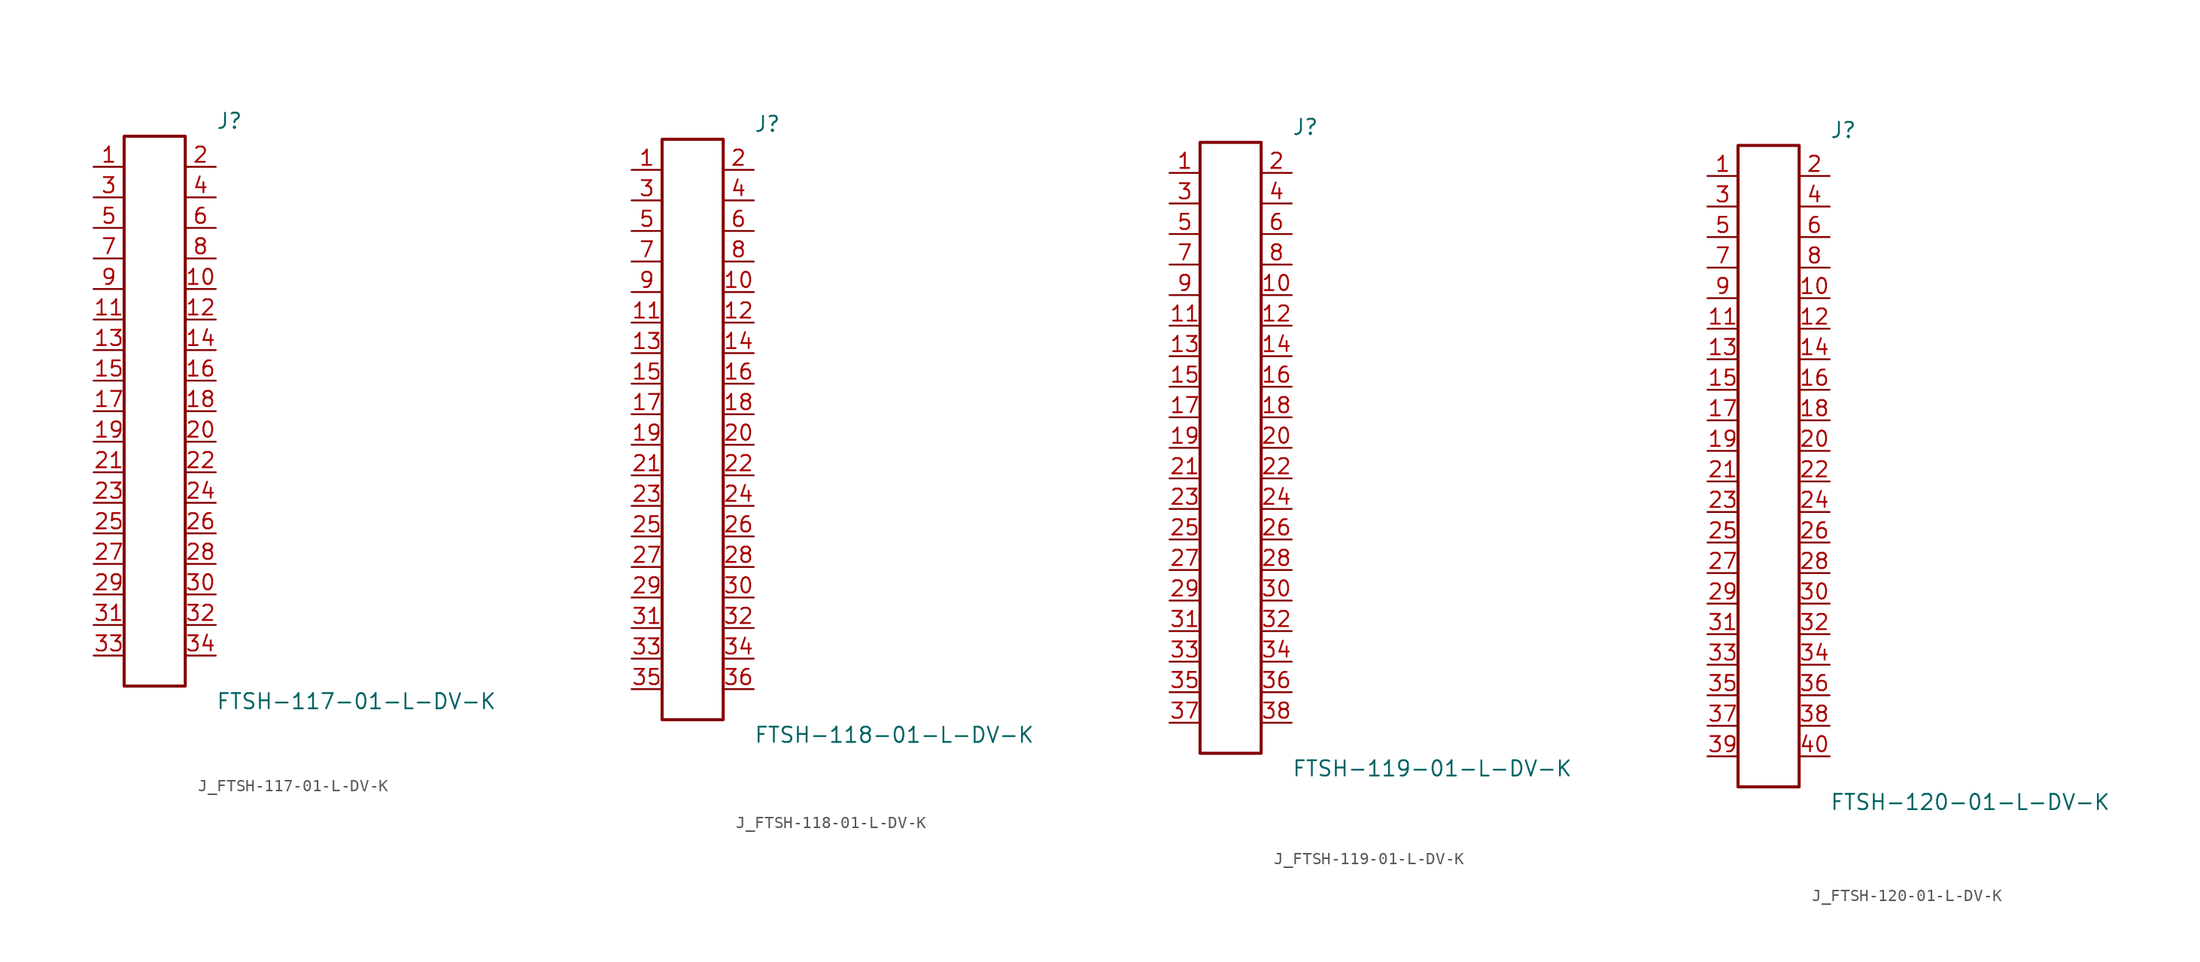
<source format=kicad_sym>
(kicad_symbol_lib
  (version 20231120)
  (generator kicad_symbol_editor)
  (generator_version 8.0)
  (symbol "J_FTSH-117-01-L-DV-K"
    (pin_names
      (offset 0.254))
    (property "Reference" "J"
      (at 5.08 24.13 0)
      (effects (font (size 1.27 1.27)) (justify left)))
    (property "Value" "FTSH-117-01-L-DV-K"
      (at 5.08 -24.13 0)
      (effects (font (size 1.27 1.27)) (justify left)))
    (symbol "J_FTSH-117-01-L-DV-K_0_0"
      (pin passive line (at -5.08 20.32 0) (length 2.54) (name "" (effects (font (size 1.27 1.27)))) (number "1" (effects (font (size 1.27 1.27)))))
      (pin passive line (at 5.08 20.32 180) (length 2.54) (name "" (effects (font (size 1.27 1.27)))) (number "2" (effects (font (size 1.27 1.27)))))
      (pin passive line (at -5.08 17.78 0) (length 2.54) (name "" (effects (font (size 1.27 1.27)))) (number "3" (effects (font (size 1.27 1.27)))))
      (pin passive line (at 5.08 17.78 180) (length 2.54) (name "" (effects (font (size 1.27 1.27)))) (number "4" (effects (font (size 1.27 1.27)))))
      (pin passive line (at -5.08 15.24 0) (length 2.54) (name "" (effects (font (size 1.27 1.27)))) (number "5" (effects (font (size 1.27 1.27)))))
      (pin passive line (at 5.08 15.24 180) (length 2.54) (name "" (effects (font (size 1.27 1.27)))) (number "6" (effects (font (size 1.27 1.27)))))
      (pin passive line (at -5.08 12.7 0) (length 2.54) (name "" (effects (font (size 1.27 1.27)))) (number "7" (effects (font (size 1.27 1.27)))))
      (pin passive line (at 5.08 12.7 180) (length 2.54) (name "" (effects (font (size 1.27 1.27)))) (number "8" (effects (font (size 1.27 1.27)))))
      (pin passive line (at -5.08 10.16 0) (length 2.54) (name "" (effects (font (size 1.27 1.27)))) (number "9" (effects (font (size 1.27 1.27)))))
      (pin passive line (at 5.08 10.16 180) (length 2.54) (name "" (effects (font (size 1.27 1.27)))) (number "10" (effects (font (size 1.27 1.27)))))
      (pin passive line (at -5.08 7.62 0) (length 2.54) (name "" (effects (font (size 1.27 1.27)))) (number "11" (effects (font (size 1.27 1.27)))))
      (pin passive line (at 5.08 7.62 180) (length 2.54) (name "" (effects (font (size 1.27 1.27)))) (number "12" (effects (font (size 1.27 1.27)))))
      (pin passive line (at -5.08 5.08 0) (length 2.54) (name "" (effects (font (size 1.27 1.27)))) (number "13" (effects (font (size 1.27 1.27)))))
      (pin passive line (at 5.08 5.08 180) (length 2.54) (name "" (effects (font (size 1.27 1.27)))) (number "14" (effects (font (size 1.27 1.27)))))
      (pin passive line (at -5.08 2.54 0) (length 2.54) (name "" (effects (font (size 1.27 1.27)))) (number "15" (effects (font (size 1.27 1.27)))))
      (pin passive line (at 5.08 2.54 180) (length 2.54) (name "" (effects (font (size 1.27 1.27)))) (number "16" (effects (font (size 1.27 1.27)))))
      (pin passive line (at -5.08 0.0 0) (length 2.54) (name "" (effects (font (size 1.27 1.27)))) (number "17" (effects (font (size 1.27 1.27)))))
      (pin passive line (at 5.08 0.0 180) (length 2.54) (name "" (effects (font (size 1.27 1.27)))) (number "18" (effects (font (size 1.27 1.27)))))
      (pin passive line (at -5.08 -2.54 0) (length 2.54) (name "" (effects (font (size 1.27 1.27)))) (number "19" (effects (font (size 1.27 1.27)))))
      (pin passive line (at 5.08 -2.54 180) (length 2.54) (name "" (effects (font (size 1.27 1.27)))) (number "20" (effects (font (size 1.27 1.27)))))
      (pin passive line (at -5.08 -5.08 0) (length 2.54) (name "" (effects (font (size 1.27 1.27)))) (number "21" (effects (font (size 1.27 1.27)))))
      (pin passive line (at 5.08 -5.08 180) (length 2.54) (name "" (effects (font (size 1.27 1.27)))) (number "22" (effects (font (size 1.27 1.27)))))
      (pin passive line (at -5.08 -7.62 0) (length 2.54) (name "" (effects (font (size 1.27 1.27)))) (number "23" (effects (font (size 1.27 1.27)))))
      (pin passive line (at 5.08 -7.62 180) (length 2.54) (name "" (effects (font (size 1.27 1.27)))) (number "24" (effects (font (size 1.27 1.27)))))
      (pin passive line (at -5.08 -10.16 0) (length 2.54) (name "" (effects (font (size 1.27 1.27)))) (number "25" (effects (font (size 1.27 1.27)))))
      (pin passive line (at 5.08 -10.16 180) (length 2.54) (name "" (effects (font (size 1.27 1.27)))) (number "26" (effects (font (size 1.27 1.27)))))
      (pin passive line (at -5.08 -12.7 0) (length 2.54) (name "" (effects (font (size 1.27 1.27)))) (number "27" (effects (font (size 1.27 1.27)))))
      (pin passive line (at 5.08 -12.7 180) (length 2.54) (name "" (effects (font (size 1.27 1.27)))) (number "28" (effects (font (size 1.27 1.27)))))
      (pin passive line (at -5.08 -15.24 0) (length 2.54) (name "" (effects (font (size 1.27 1.27)))) (number "29" (effects (font (size 1.27 1.27)))))
      (pin passive line (at 5.08 -15.24 180) (length 2.54) (name "" (effects (font (size 1.27 1.27)))) (number "30" (effects (font (size 1.27 1.27)))))
      (pin passive line (at -5.08 -17.78 0) (length 2.54) (name "" (effects (font (size 1.27 1.27)))) (number "31" (effects (font (size 1.27 1.27)))))
      (pin passive line (at 5.08 -17.78 180) (length 2.54) (name "" (effects (font (size 1.27 1.27)))) (number "32" (effects (font (size 1.27 1.27)))))
      (pin passive line (at -5.08 -20.32 0) (length 2.54) (name "" (effects (font (size 1.27 1.27)))) (number "33" (effects (font (size 1.27 1.27)))))
      (pin passive line (at 5.08 -20.32 180) (length 2.54) (name "" (effects (font (size 1.27 1.27)))) (number "34" (effects (font (size 1.27 1.27))))))
    (symbol "J_FTSH-117-01-L-DV-K_1_0"
      (rectangle (start -2.54 22.86) (end 2.54 -22.86) (stroke (width 0.254) (type solid)) (fill (type none)))))
  (symbol "J_FTSH-118-01-L-DV-K"
    (pin_names
      (offset 0.254))
    (property "Reference" "J"
      (at 5.08 25.4 0)
      (effects (font (size 1.27 1.27)) (justify left)))
    (property "Value" "FTSH-118-01-L-DV-K"
      (at 5.08 -25.4 0)
      (effects (font (size 1.27 1.27)) (justify left)))
    (symbol "J_FTSH-118-01-L-DV-K_0_0"
      (pin passive line (at -5.08 21.59 0) (length 2.54) (name "" (effects (font (size 1.27 1.27)))) (number "1" (effects (font (size 1.27 1.27)))))
      (pin passive line (at 5.08 21.59 180) (length 2.54) (name "" (effects (font (size 1.27 1.27)))) (number "2" (effects (font (size 1.27 1.27)))))
      (pin passive line (at -5.08 19.05 0) (length 2.54) (name "" (effects (font (size 1.27 1.27)))) (number "3" (effects (font (size 1.27 1.27)))))
      (pin passive line (at 5.08 19.05 180) (length 2.54) (name "" (effects (font (size 1.27 1.27)))) (number "4" (effects (font (size 1.27 1.27)))))
      (pin passive line (at -5.08 16.51 0) (length 2.54) (name "" (effects (font (size 1.27 1.27)))) (number "5" (effects (font (size 1.27 1.27)))))
      (pin passive line (at 5.08 16.51 180) (length 2.54) (name "" (effects (font (size 1.27 1.27)))) (number "6" (effects (font (size 1.27 1.27)))))
      (pin passive line (at -5.08 13.97 0) (length 2.54) (name "" (effects (font (size 1.27 1.27)))) (number "7" (effects (font (size 1.27 1.27)))))
      (pin passive line (at 5.08 13.97 180) (length 2.54) (name "" (effects (font (size 1.27 1.27)))) (number "8" (effects (font (size 1.27 1.27)))))
      (pin passive line (at -5.08 11.43 0) (length 2.54) (name "" (effects (font (size 1.27 1.27)))) (number "9" (effects (font (size 1.27 1.27)))))
      (pin passive line (at 5.08 11.43 180) (length 2.54) (name "" (effects (font (size 1.27 1.27)))) (number "10" (effects (font (size 1.27 1.27)))))
      (pin passive line (at -5.08 8.89 0) (length 2.54) (name "" (effects (font (size 1.27 1.27)))) (number "11" (effects (font (size 1.27 1.27)))))
      (pin passive line (at 5.08 8.89 180) (length 2.54) (name "" (effects (font (size 1.27 1.27)))) (number "12" (effects (font (size 1.27 1.27)))))
      (pin passive line (at -5.08 6.35 0) (length 2.54) (name "" (effects (font (size 1.27 1.27)))) (number "13" (effects (font (size 1.27 1.27)))))
      (pin passive line (at 5.08 6.35 180) (length 2.54) (name "" (effects (font (size 1.27 1.27)))) (number "14" (effects (font (size 1.27 1.27)))))
      (pin passive line (at -5.08 3.81 0) (length 2.54) (name "" (effects (font (size 1.27 1.27)))) (number "15" (effects (font (size 1.27 1.27)))))
      (pin passive line (at 5.08 3.81 180) (length 2.54) (name "" (effects (font (size 1.27 1.27)))) (number "16" (effects (font (size 1.27 1.27)))))
      (pin passive line (at -5.08 1.27 0) (length 2.54) (name "" (effects (font (size 1.27 1.27)))) (number "17" (effects (font (size 1.27 1.27)))))
      (pin passive line (at 5.08 1.27 180) (length 2.54) (name "" (effects (font (size 1.27 1.27)))) (number "18" (effects (font (size 1.27 1.27)))))
      (pin passive line (at -5.08 -1.27 0) (length 2.54) (name "" (effects (font (size 1.27 1.27)))) (number "19" (effects (font (size 1.27 1.27)))))
      (pin passive line (at 5.08 -1.27 180) (length 2.54) (name "" (effects (font (size 1.27 1.27)))) (number "20" (effects (font (size 1.27 1.27)))))
      (pin passive line (at -5.08 -3.81 0) (length 2.54) (name "" (effects (font (size 1.27 1.27)))) (number "21" (effects (font (size 1.27 1.27)))))
      (pin passive line (at 5.08 -3.81 180) (length 2.54) (name "" (effects (font (size 1.27 1.27)))) (number "22" (effects (font (size 1.27 1.27)))))
      (pin passive line (at -5.08 -6.35 0) (length 2.54) (name "" (effects (font (size 1.27 1.27)))) (number "23" (effects (font (size 1.27 1.27)))))
      (pin passive line (at 5.08 -6.35 180) (length 2.54) (name "" (effects (font (size 1.27 1.27)))) (number "24" (effects (font (size 1.27 1.27)))))
      (pin passive line (at -5.08 -8.89 0) (length 2.54) (name "" (effects (font (size 1.27 1.27)))) (number "25" (effects (font (size 1.27 1.27)))))
      (pin passive line (at 5.08 -8.89 180) (length 2.54) (name "" (effects (font (size 1.27 1.27)))) (number "26" (effects (font (size 1.27 1.27)))))
      (pin passive line (at -5.08 -11.43 0) (length 2.54) (name "" (effects (font (size 1.27 1.27)))) (number "27" (effects (font (size 1.27 1.27)))))
      (pin passive line (at 5.08 -11.43 180) (length 2.54) (name "" (effects (font (size 1.27 1.27)))) (number "28" (effects (font (size 1.27 1.27)))))
      (pin passive line (at -5.08 -13.97 0) (length 2.54) (name "" (effects (font (size 1.27 1.27)))) (number "29" (effects (font (size 1.27 1.27)))))
      (pin passive line (at 5.08 -13.97 180) (length 2.54) (name "" (effects (font (size 1.27 1.27)))) (number "30" (effects (font (size 1.27 1.27)))))
      (pin passive line (at -5.08 -16.51 0) (length 2.54) (name "" (effects (font (size 1.27 1.27)))) (number "31" (effects (font (size 1.27 1.27)))))
      (pin passive line (at 5.08 -16.51 180) (length 2.54) (name "" (effects (font (size 1.27 1.27)))) (number "32" (effects (font (size 1.27 1.27)))))
      (pin passive line (at -5.08 -19.05 0) (length 2.54) (name "" (effects (font (size 1.27 1.27)))) (number "33" (effects (font (size 1.27 1.27)))))
      (pin passive line (at 5.08 -19.05 180) (length 2.54) (name "" (effects (font (size 1.27 1.27)))) (number "34" (effects (font (size 1.27 1.27)))))
      (pin passive line (at -5.08 -21.59 0) (length 2.54) (name "" (effects (font (size 1.27 1.27)))) (number "35" (effects (font (size 1.27 1.27)))))
      (pin passive line (at 5.08 -21.59 180) (length 2.54) (name "" (effects (font (size 1.27 1.27)))) (number "36" (effects (font (size 1.27 1.27))))))
    (symbol "J_FTSH-118-01-L-DV-K_1_0"
      (rectangle (start -2.54 24.13) (end 2.54 -24.13) (stroke (width 0.254) (type solid)) (fill (type none)))))
  (symbol "J_FTSH-119-01-L-DV-K"
    (pin_names
      (offset 0.254))
    (property "Reference" "J"
      (at 5.08 26.67 0)
      (effects (font (size 1.27 1.27)) (justify left)))
    (property "Value" "FTSH-119-01-L-DV-K"
      (at 5.08 -26.67 0)
      (effects (font (size 1.27 1.27)) (justify left)))
    (symbol "J_FTSH-119-01-L-DV-K_0_0"
      (pin passive line (at -5.08 22.86 0) (length 2.54) (name "" (effects (font (size 1.27 1.27)))) (number "1" (effects (font (size 1.27 1.27)))))
      (pin passive line (at 5.08 22.86 180) (length 2.54) (name "" (effects (font (size 1.27 1.27)))) (number "2" (effects (font (size 1.27 1.27)))))
      (pin passive line (at -5.08 20.32 0) (length 2.54) (name "" (effects (font (size 1.27 1.27)))) (number "3" (effects (font (size 1.27 1.27)))))
      (pin passive line (at 5.08 20.32 180) (length 2.54) (name "" (effects (font (size 1.27 1.27)))) (number "4" (effects (font (size 1.27 1.27)))))
      (pin passive line (at -5.08 17.78 0) (length 2.54) (name "" (effects (font (size 1.27 1.27)))) (number "5" (effects (font (size 1.27 1.27)))))
      (pin passive line (at 5.08 17.78 180) (length 2.54) (name "" (effects (font (size 1.27 1.27)))) (number "6" (effects (font (size 1.27 1.27)))))
      (pin passive line (at -5.08 15.24 0) (length 2.54) (name "" (effects (font (size 1.27 1.27)))) (number "7" (effects (font (size 1.27 1.27)))))
      (pin passive line (at 5.08 15.24 180) (length 2.54) (name "" (effects (font (size 1.27 1.27)))) (number "8" (effects (font (size 1.27 1.27)))))
      (pin passive line (at -5.08 12.7 0) (length 2.54) (name "" (effects (font (size 1.27 1.27)))) (number "9" (effects (font (size 1.27 1.27)))))
      (pin passive line (at 5.08 12.7 180) (length 2.54) (name "" (effects (font (size 1.27 1.27)))) (number "10" (effects (font (size 1.27 1.27)))))
      (pin passive line (at -5.08 10.16 0) (length 2.54) (name "" (effects (font (size 1.27 1.27)))) (number "11" (effects (font (size 1.27 1.27)))))
      (pin passive line (at 5.08 10.16 180) (length 2.54) (name "" (effects (font (size 1.27 1.27)))) (number "12" (effects (font (size 1.27 1.27)))))
      (pin passive line (at -5.08 7.62 0) (length 2.54) (name "" (effects (font (size 1.27 1.27)))) (number "13" (effects (font (size 1.27 1.27)))))
      (pin passive line (at 5.08 7.62 180) (length 2.54) (name "" (effects (font (size 1.27 1.27)))) (number "14" (effects (font (size 1.27 1.27)))))
      (pin passive line (at -5.08 5.08 0) (length 2.54) (name "" (effects (font (size 1.27 1.27)))) (number "15" (effects (font (size 1.27 1.27)))))
      (pin passive line (at 5.08 5.08 180) (length 2.54) (name "" (effects (font (size 1.27 1.27)))) (number "16" (effects (font (size 1.27 1.27)))))
      (pin passive line (at -5.08 2.54 0) (length 2.54) (name "" (effects (font (size 1.27 1.27)))) (number "17" (effects (font (size 1.27 1.27)))))
      (pin passive line (at 5.08 2.54 180) (length 2.54) (name "" (effects (font (size 1.27 1.27)))) (number "18" (effects (font (size 1.27 1.27)))))
      (pin passive line (at -5.08 0.0 0) (length 2.54) (name "" (effects (font (size 1.27 1.27)))) (number "19" (effects (font (size 1.27 1.27)))))
      (pin passive line (at 5.08 0.0 180) (length 2.54) (name "" (effects (font (size 1.27 1.27)))) (number "20" (effects (font (size 1.27 1.27)))))
      (pin passive line (at -5.08 -2.54 0) (length 2.54) (name "" (effects (font (size 1.27 1.27)))) (number "21" (effects (font (size 1.27 1.27)))))
      (pin passive line (at 5.08 -2.54 180) (length 2.54) (name "" (effects (font (size 1.27 1.27)))) (number "22" (effects (font (size 1.27 1.27)))))
      (pin passive line (at -5.08 -5.08 0) (length 2.54) (name "" (effects (font (size 1.27 1.27)))) (number "23" (effects (font (size 1.27 1.27)))))
      (pin passive line (at 5.08 -5.08 180) (length 2.54) (name "" (effects (font (size 1.27 1.27)))) (number "24" (effects (font (size 1.27 1.27)))))
      (pin passive line (at -5.08 -7.62 0) (length 2.54) (name "" (effects (font (size 1.27 1.27)))) (number "25" (effects (font (size 1.27 1.27)))))
      (pin passive line (at 5.08 -7.62 180) (length 2.54) (name "" (effects (font (size 1.27 1.27)))) (number "26" (effects (font (size 1.27 1.27)))))
      (pin passive line (at -5.08 -10.16 0) (length 2.54) (name "" (effects (font (size 1.27 1.27)))) (number "27" (effects (font (size 1.27 1.27)))))
      (pin passive line (at 5.08 -10.16 180) (length 2.54) (name "" (effects (font (size 1.27 1.27)))) (number "28" (effects (font (size 1.27 1.27)))))
      (pin passive line (at -5.08 -12.7 0) (length 2.54) (name "" (effects (font (size 1.27 1.27)))) (number "29" (effects (font (size 1.27 1.27)))))
      (pin passive line (at 5.08 -12.7 180) (length 2.54) (name "" (effects (font (size 1.27 1.27)))) (number "30" (effects (font (size 1.27 1.27)))))
      (pin passive line (at -5.08 -15.24 0) (length 2.54) (name "" (effects (font (size 1.27 1.27)))) (number "31" (effects (font (size 1.27 1.27)))))
      (pin passive line (at 5.08 -15.24 180) (length 2.54) (name "" (effects (font (size 1.27 1.27)))) (number "32" (effects (font (size 1.27 1.27)))))
      (pin passive line (at -5.08 -17.78 0) (length 2.54) (name "" (effects (font (size 1.27 1.27)))) (number "33" (effects (font (size 1.27 1.27)))))
      (pin passive line (at 5.08 -17.78 180) (length 2.54) (name "" (effects (font (size 1.27 1.27)))) (number "34" (effects (font (size 1.27 1.27)))))
      (pin passive line (at -5.08 -20.32 0) (length 2.54) (name "" (effects (font (size 1.27 1.27)))) (number "35" (effects (font (size 1.27 1.27)))))
      (pin passive line (at 5.08 -20.32 180) (length 2.54) (name "" (effects (font (size 1.27 1.27)))) (number "36" (effects (font (size 1.27 1.27)))))
      (pin passive line (at -5.08 -22.86 0) (length 2.54) (name "" (effects (font (size 1.27 1.27)))) (number "37" (effects (font (size 1.27 1.27)))))
      (pin passive line (at 5.08 -22.86 180) (length 2.54) (name "" (effects (font (size 1.27 1.27)))) (number "38" (effects (font (size 1.27 1.27))))))
    (symbol "J_FTSH-119-01-L-DV-K_1_0"
      (rectangle (start -2.54 25.4) (end 2.54 -25.4) (stroke (width 0.254) (type solid)) (fill (type none)))))
  (symbol "J_FTSH-120-01-L-DV-K"
    (pin_names
      (offset 0.254))
    (property "Reference" "J"
      (at 5.08 27.94 0)
      (effects (font (size 1.27 1.27)) (justify left)))
    (property "Value" "FTSH-120-01-L-DV-K"
      (at 5.08 -27.94 0)
      (effects (font (size 1.27 1.27)) (justify left)))
    (symbol "J_FTSH-120-01-L-DV-K_0_0"
      (pin passive line (at -5.08 24.13 0) (length 2.54) (name "" (effects (font (size 1.27 1.27)))) (number "1" (effects (font (size 1.27 1.27)))))
      (pin passive line (at 5.08 24.13 180) (length 2.54) (name "" (effects (font (size 1.27 1.27)))) (number "2" (effects (font (size 1.27 1.27)))))
      (pin passive line (at -5.08 21.59 0) (length 2.54) (name "" (effects (font (size 1.27 1.27)))) (number "3" (effects (font (size 1.27 1.27)))))
      (pin passive line (at 5.08 21.59 180) (length 2.54) (name "" (effects (font (size 1.27 1.27)))) (number "4" (effects (font (size 1.27 1.27)))))
      (pin passive line (at -5.08 19.05 0) (length 2.54) (name "" (effects (font (size 1.27 1.27)))) (number "5" (effects (font (size 1.27 1.27)))))
      (pin passive line (at 5.08 19.05 180) (length 2.54) (name "" (effects (font (size 1.27 1.27)))) (number "6" (effects (font (size 1.27 1.27)))))
      (pin passive line (at -5.08 16.51 0) (length 2.54) (name "" (effects (font (size 1.27 1.27)))) (number "7" (effects (font (size 1.27 1.27)))))
      (pin passive line (at 5.08 16.51 180) (length 2.54) (name "" (effects (font (size 1.27 1.27)))) (number "8" (effects (font (size 1.27 1.27)))))
      (pin passive line (at -5.08 13.97 0) (length 2.54) (name "" (effects (font (size 1.27 1.27)))) (number "9" (effects (font (size 1.27 1.27)))))
      (pin passive line (at 5.08 13.97 180) (length 2.54) (name "" (effects (font (size 1.27 1.27)))) (number "10" (effects (font (size 1.27 1.27)))))
      (pin passive line (at -5.08 11.43 0) (length 2.54) (name "" (effects (font (size 1.27 1.27)))) (number "11" (effects (font (size 1.27 1.27)))))
      (pin passive line (at 5.08 11.43 180) (length 2.54) (name "" (effects (font (size 1.27 1.27)))) (number "12" (effects (font (size 1.27 1.27)))))
      (pin passive line (at -5.08 8.89 0) (length 2.54) (name "" (effects (font (size 1.27 1.27)))) (number "13" (effects (font (size 1.27 1.27)))))
      (pin passive line (at 5.08 8.89 180) (length 2.54) (name "" (effects (font (size 1.27 1.27)))) (number "14" (effects (font (size 1.27 1.27)))))
      (pin passive line (at -5.08 6.35 0) (length 2.54) (name "" (effects (font (size 1.27 1.27)))) (number "15" (effects (font (size 1.27 1.27)))))
      (pin passive line (at 5.08 6.35 180) (length 2.54) (name "" (effects (font (size 1.27 1.27)))) (number "16" (effects (font (size 1.27 1.27)))))
      (pin passive line (at -5.08 3.81 0) (length 2.54) (name "" (effects (font (size 1.27 1.27)))) (number "17" (effects (font (size 1.27 1.27)))))
      (pin passive line (at 5.08 3.81 180) (length 2.54) (name "" (effects (font (size 1.27 1.27)))) (number "18" (effects (font (size 1.27 1.27)))))
      (pin passive line (at -5.08 1.27 0) (length 2.54) (name "" (effects (font (size 1.27 1.27)))) (number "19" (effects (font (size 1.27 1.27)))))
      (pin passive line (at 5.08 1.27 180) (length 2.54) (name "" (effects (font (size 1.27 1.27)))) (number "20" (effects (font (size 1.27 1.27)))))
      (pin passive line (at -5.08 -1.27 0) (length 2.54) (name "" (effects (font (size 1.27 1.27)))) (number "21" (effects (font (size 1.27 1.27)))))
      (pin passive line (at 5.08 -1.27 180) (length 2.54) (name "" (effects (font (size 1.27 1.27)))) (number "22" (effects (font (size 1.27 1.27)))))
      (pin passive line (at -5.08 -3.81 0) (length 2.54) (name "" (effects (font (size 1.27 1.27)))) (number "23" (effects (font (size 1.27 1.27)))))
      (pin passive line (at 5.08 -3.81 180) (length 2.54) (name "" (effects (font (size 1.27 1.27)))) (number "24" (effects (font (size 1.27 1.27)))))
      (pin passive line (at -5.08 -6.35 0) (length 2.54) (name "" (effects (font (size 1.27 1.27)))) (number "25" (effects (font (size 1.27 1.27)))))
      (pin passive line (at 5.08 -6.35 180) (length 2.54) (name "" (effects (font (size 1.27 1.27)))) (number "26" (effects (font (size 1.27 1.27)))))
      (pin passive line (at -5.08 -8.89 0) (length 2.54) (name "" (effects (font (size 1.27 1.27)))) (number "27" (effects (font (size 1.27 1.27)))))
      (pin passive line (at 5.08 -8.89 180) (length 2.54) (name "" (effects (font (size 1.27 1.27)))) (number "28" (effects (font (size 1.27 1.27)))))
      (pin passive line (at -5.08 -11.43 0) (length 2.54) (name "" (effects (font (size 1.27 1.27)))) (number "29" (effects (font (size 1.27 1.27)))))
      (pin passive line (at 5.08 -11.43 180) (length 2.54) (name "" (effects (font (size 1.27 1.27)))) (number "30" (effects (font (size 1.27 1.27)))))
      (pin passive line (at -5.08 -13.97 0) (length 2.54) (name "" (effects (font (size 1.27 1.27)))) (number "31" (effects (font (size 1.27 1.27)))))
      (pin passive line (at 5.08 -13.97 180) (length 2.54) (name "" (effects (font (size 1.27 1.27)))) (number "32" (effects (font (size 1.27 1.27)))))
      (pin passive line (at -5.08 -16.51 0) (length 2.54) (name "" (effects (font (size 1.27 1.27)))) (number "33" (effects (font (size 1.27 1.27)))))
      (pin passive line (at 5.08 -16.51 180) (length 2.54) (name "" (effects (font (size 1.27 1.27)))) (number "34" (effects (font (size 1.27 1.27)))))
      (pin passive line (at -5.08 -19.05 0) (length 2.54) (name "" (effects (font (size 1.27 1.27)))) (number "35" (effects (font (size 1.27 1.27)))))
      (pin passive line (at 5.08 -19.05 180) (length 2.54) (name "" (effects (font (size 1.27 1.27)))) (number "36" (effects (font (size 1.27 1.27)))))
      (pin passive line (at -5.08 -21.59 0) (length 2.54) (name "" (effects (font (size 1.27 1.27)))) (number "37" (effects (font (size 1.27 1.27)))))
      (pin passive line (at 5.08 -21.59 180) (length 2.54) (name "" (effects (font (size 1.27 1.27)))) (number "38" (effects (font (size 1.27 1.27)))))
      (pin passive line (at -5.08 -24.13 0) (length 2.54) (name "" (effects (font (size 1.27 1.27)))) (number "39" (effects (font (size 1.27 1.27)))))
      (pin passive line (at 5.08 -24.13 180) (length 2.54) (name "" (effects (font (size 1.27 1.27)))) (number "40" (effects (font (size 1.27 1.27))))))
    (symbol "J_FTSH-120-01-L-DV-K_1_0"
      (rectangle (start -2.54 26.67) (end 2.54 -26.67) (stroke (width 0.254) (type solid)) (fill (type none))))))
</source>
